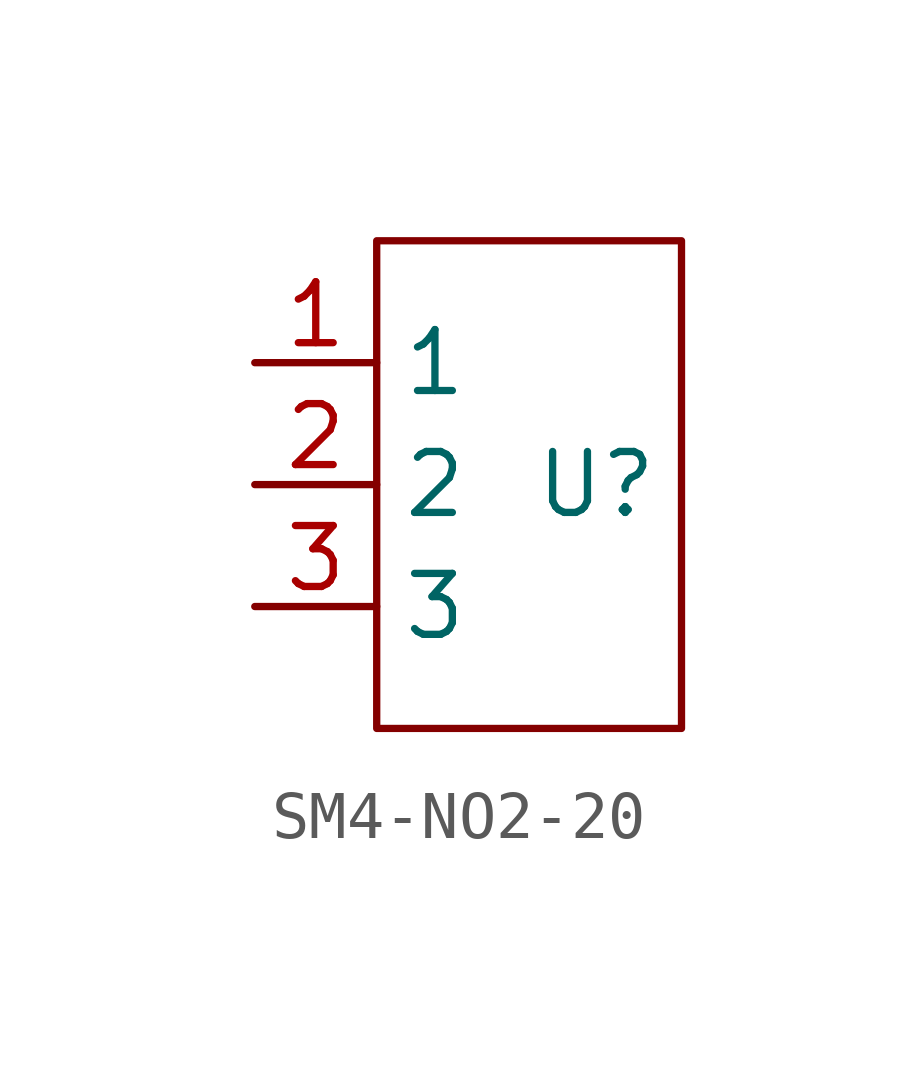
<source format=kicad_sym>
(kicad_symbol_lib
  (version 20241209)
  (generator "kicad_symbol_editor")
  (generator_version "9.0")
  (symbol "SM4-NO2-20"
    (property "Reference" "U"
      (at 4.572 0 0)
      (effects (font (size 1.27 1.27))))
    (property "Value" ""
      (at 0 0 0)
      (effects (font (size 1.27 1.27))))
    (symbol "SM4-NO2-20_0_1"
      (polyline (pts (xy 0 5.08) (xy 0 -5.08) (xy 6.35 -5.08) (xy 6.35 5.08) (xy 0 5.08)) (stroke (width 0) (type default)) (fill (type none))))
    (symbol "SM4-NO2-20_1_1"
      (pin passive line (at -2.54 2.54 0) (length 2.54) (name "1" (effects (font (size 1.27 1.27)))) (number "1" (effects (font (size 1.27 1.27)))))
      (pin passive line (at -2.54 0 0) (length 2.54) (name "2" (effects (font (size 1.27 1.27)))) (number "2" (effects (font (size 1.27 1.27)))))
      (pin passive line (at -2.54 -2.54 0) (length 2.54) (name "3" (effects (font (size 1.27 1.27)))) (number "3" (effects (font (size 1.27 1.27))))))))
</source>
